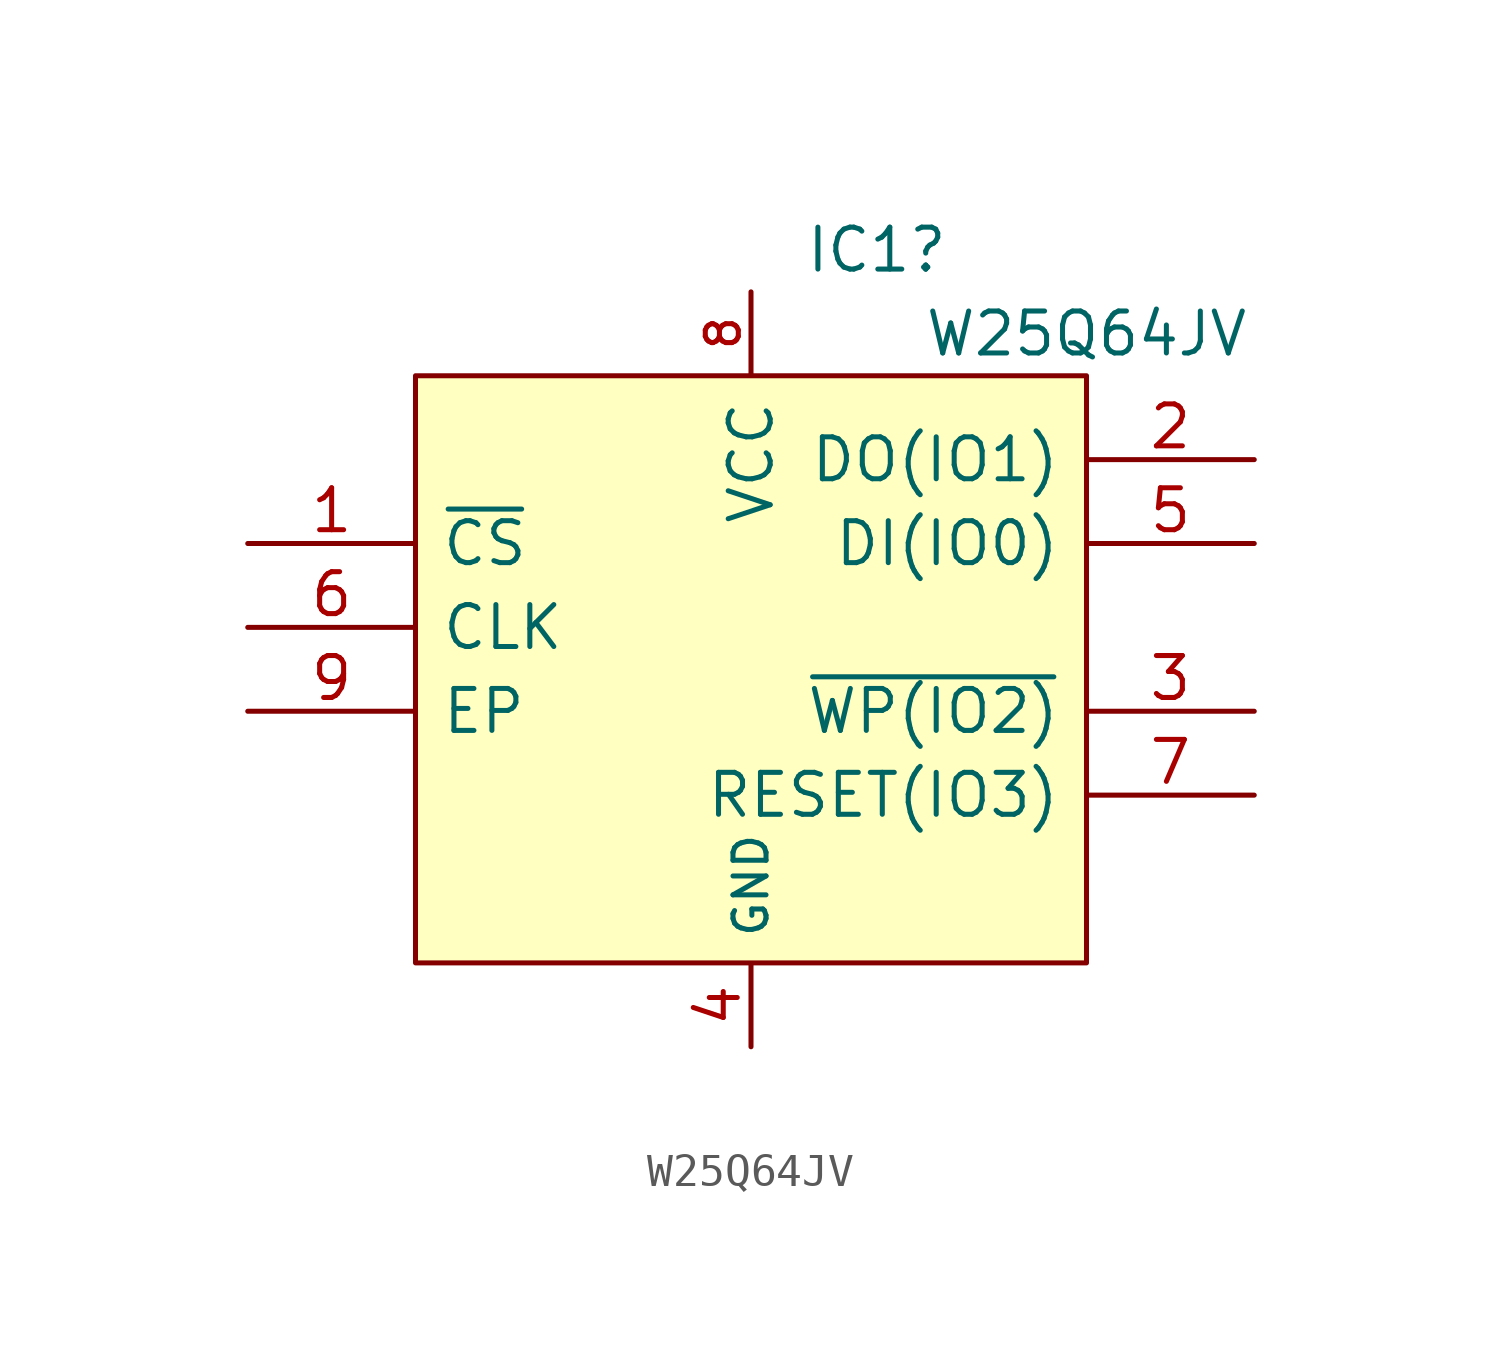
<source format=kicad_sym>
(kicad_symbol_lib
  (version 20211014)
  (generator kicad_symbol_editor)
  (symbol "W25Q64JV"
    (pin_names
      (offset 0.762))
    (property "Reference" "IC1"
      (at 3.81 11.43 0)
      (effects (font (size 1.27 1.27))))
    (property "Value" "W25Q64JV"
      (at 10.16 8.89 0)
      (effects (font (size 1.27 1.27))))
    (symbol "W25Q64JV_0_0"
      (pin passive line (at -15.24 2.54 0) (length 5.08) (name "~{CS}" (effects (font (size 1.27 1.27)))) (number "1" (effects (font (size 1.27 1.27)))))
      (pin passive line (at 15.24 5.08 180) (length 5.08) (name "DO(IO1)" (effects (font (size 1.27 1.27)))) (number "2" (effects (font (size 1.27 1.27)))))
      (pin passive line (at 15.24 -2.54 180) (length 5.08) (name "~{WP(IO2)}" (effects (font (size 1.27 1.27)))) (number "3" (effects (font (size 1.27 1.27)))))
      (pin passive line (at 0 -12.7 90) (length 2.5) (name "GND" (effects (font (size 1 1)))) (number "4" (effects (font (size 1.27 1.27)))))
      (pin passive line (at 15.24 2.54 180) (length 5.08) (name "DI(IO0)" (effects (font (size 1.27 1.27)))) (number "5" (effects (font (size 1.27 1.27)))))
      (pin passive line (at -15.24 0 0) (length 5.08) (name "CLK" (effects (font (size 1.27 1.27)))) (number "6" (effects (font (size 1.27 1.27)))))
      (pin passive line (at 15.24 -5.08 180) (length 5.08) (name "RESET(IO3)" (effects (font (size 1.27 1.27)))) (number "7" (effects (font (size 1.27 1.27)))))
      (pin passive line (at 0 10.16 270) (length 2.5) (name "VCC" (effects (font (size 1.27 1.27)))) (number "8" (effects (font (size 1 1)))))
      (pin passive line (at -15.24 -2.54 0) (length 5.08) (name "EP" (effects (font (size 1.27 1.27)))) (number "9" (effects (font (size 1.27 1.27))))))
    (symbol "W25Q64JV_0_1"
      (polyline (pts (xy -10.16 7.62) (xy 10.16 7.62) (xy 10.16 -10.16) (xy -10.16 -10.16) (xy -10.16 7.62)) (stroke (width 0.152) (type default) (color 0 0 0 0)) (fill (type background))))))
</source>
